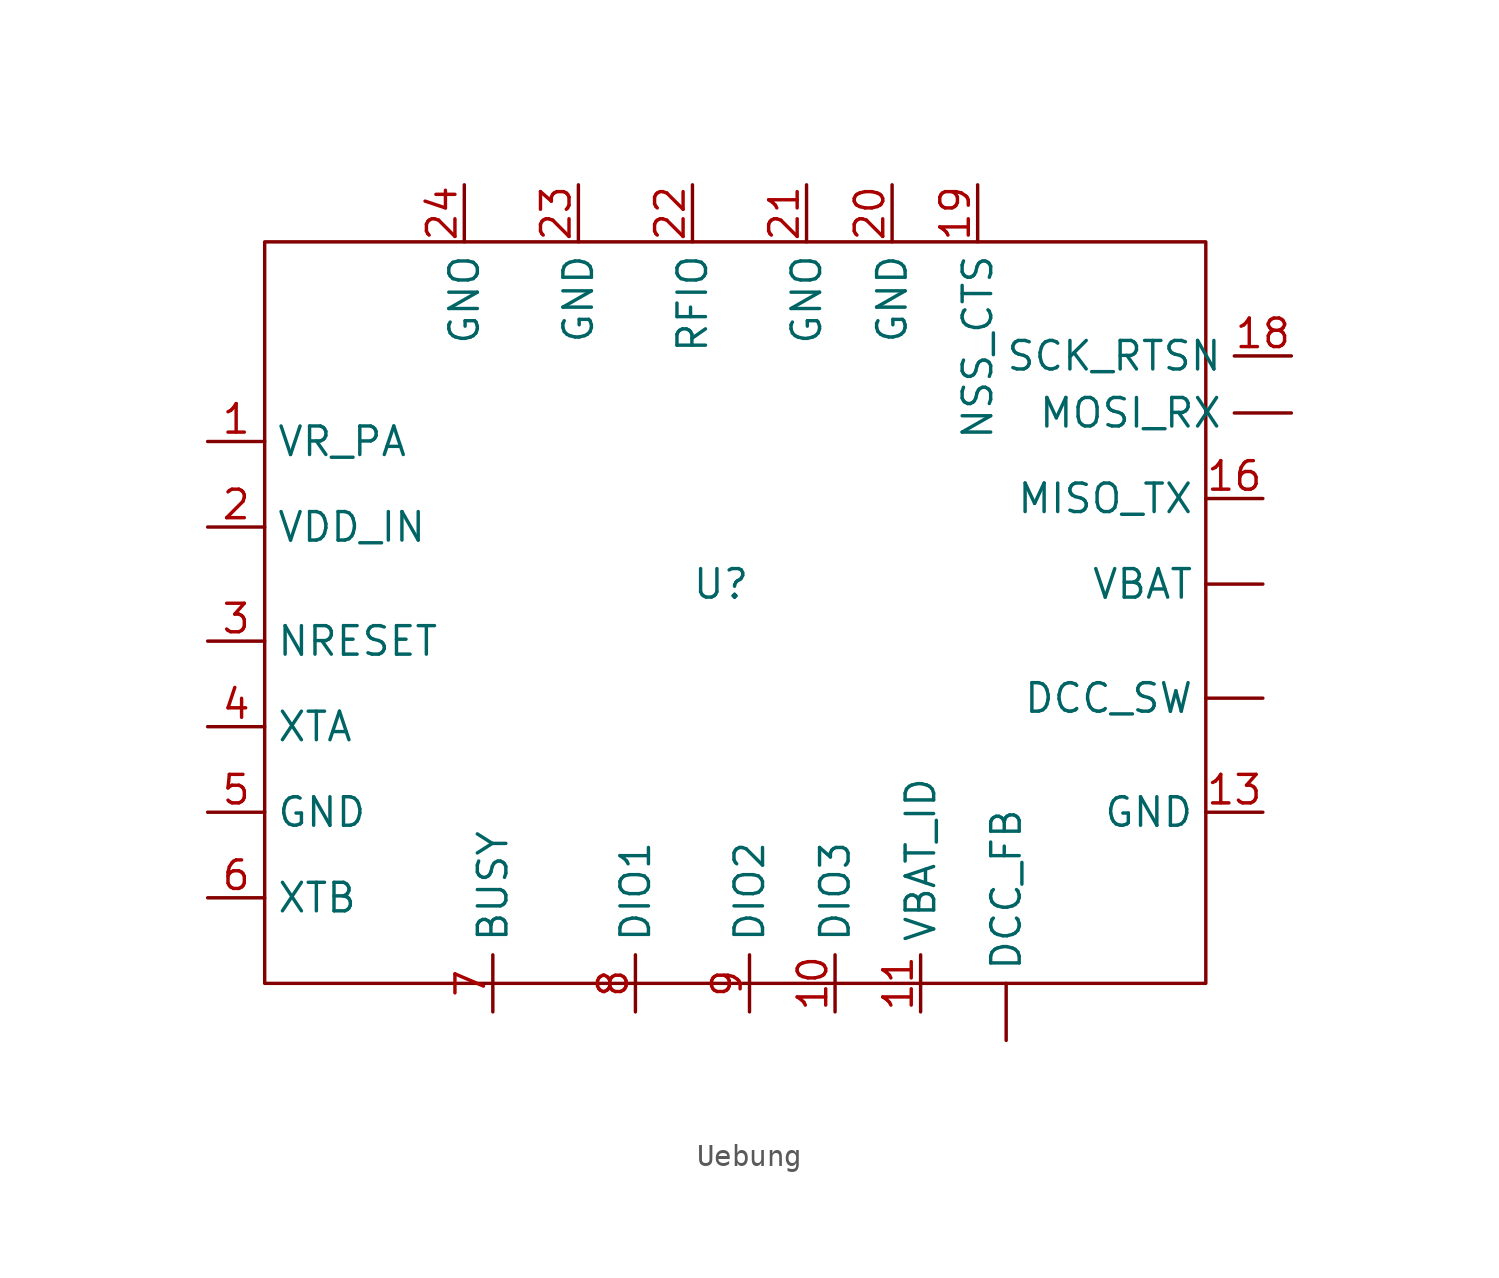
<source format=kicad_sym>
(kicad_symbol_lib
  (version 20241209)
  (generator "kicad_symbol_editor")
  (generator_version "9.0")
  (symbol "Uebung"
    (property "Reference" "U"
      (at 0 0 0)
      (effects (font (size 1.27 1.27))))
    (property "Value" ""
      (at 0 0 0)
      (effects (font (size 1.27 1.27))))
    (symbol "Uebung_0_1"
      (rectangle (start -20.32 15.24) (end 21.59 -17.78) (stroke (width 0) (type default)) (fill (type none))))
    (symbol "Uebung_1_1"
      (pin input line (at -22.86 6.35 0) (length 2.54) (name "VR_PA" (effects (font (size 1.27 1.27)))) (number "1" (effects (font (size 1.27 1.27)))))
      (pin input line (at -22.86 2.54 0) (length 2.54) (name "VDD_IN" (effects (font (size 1.27 1.27)))) (number "2" (effects (font (size 1.27 1.27)))))
      (pin input line (at -22.86 -2.54 0) (length 2.54) (name "NRESET" (effects (font (size 1.27 1.27)))) (number "3" (effects (font (size 1.27 1.27)))))
      (pin input line (at -22.86 -6.35 0) (length 2.54) (name "XTA" (effects (font (size 1.27 1.27)))) (number "4" (effects (font (size 1.27 1.27)))))
      (pin input line (at -22.86 -10.16 0) (length 2.54) (name "GND" (effects (font (size 1.27 1.27)))) (number "5" (effects (font (size 1.27 1.27)))))
      (pin input line (at -22.86 -13.97 0) (length 2.54) (name "XTB" (effects (font (size 1.27 1.27)))) (number "6" (effects (font (size 1.27 1.27)))))
      (pin power_in line (at -11.43 17.78 270) (length 2.54) (name "GNO" (effects (font (size 1.27 1.27)))) (number "24" (effects (font (size 1.27 1.27)))))
      (pin input line (at -10.16 -19.05 90) (length 2.54) (name "BUSY" (effects (font (size 1.27 1.27)))) (number "7" (effects (font (size 1.27 1.27)))))
      (pin power_in line (at -6.35 17.78 270) (length 2.54) (name "GND" (effects (font (size 1.27 1.27)))) (number "23" (effects (font (size 1.27 1.27)))))
      (pin bidirectional line (at -3.81 -19.05 90) (length 2.54) (name "DIO1" (effects (font (size 1.27 1.27)))) (number "8" (effects (font (size 1.27 1.27)))))
      (pin bidirectional line (at -1.27 17.78 270) (length 2.54) (name "RFIO" (effects (font (size 1.27 1.27)))) (number "22" (effects (font (size 1.27 1.27)))))
      (pin bidirectional line (at 1.27 -19.05 90) (length 2.54) (name "DIO2" (effects (font (size 1.27 1.27)))) (number "9" (effects (font (size 1.27 1.27)))))
      (pin power_in line (at 3.81 17.78 270) (length 2.54) (name "GNO" (effects (font (size 1.27 1.27)))) (number "21" (effects (font (size 1.27 1.27)))))
      (pin bidirectional line (at 5.08 -19.05 90) (length 2.54) (name "DIO3" (effects (font (size 1.27 1.27)))) (number "10" (effects (font (size 1.27 1.27)))))
      (pin power_in line (at 7.62 17.78 270) (length 2.54) (name "GND" (effects (font (size 1.27 1.27)))) (number "20" (effects (font (size 1.27 1.27)))))
      (pin bidirectional line (at 8.89 -19.05 90) (length 2.54) (name "VBAT_ID" (effects (font (size 1.27 1.27)))) (number "11" (effects (font (size 1.27 1.27)))))
      (pin input line (at 11.43 17.78 270) (length 2.54) (name "NSS_CTS" (effects (font (size 1.27 1.27)))) (number "19" (effects (font (size 1.27 1.27)))))
      (pin bidirectional line (at 12.7 -20.32 90) (length 2.54) (name "DCC_FB" (effects (font (size 1.27 1.27)))) (number "" (effects (font (size 1.27 1.27)))))
      (pin output line (at 24.13 3.81 180) (length 2.54) (name "MISO_TX" (effects (font (size 1.27 1.27)))) (number "16" (effects (font (size 1.27 1.27)))))
      (pin power_in line (at 24.13 0 180) (length 2.54) (name "VBAT" (effects (font (size 1.27 1.27)))) (number "" (effects (font (size 1.27 1.27)))))
      (pin bidirectional line (at 24.13 -5.08 180) (length 2.54) (name "DCC_SW" (effects (font (size 1.27 1.27)))) (number "" (effects (font (size 1.27 1.27)))))
      (pin input line (at 24.13 -10.16 180) (length 2.54) (name "GND" (effects (font (size 1.27 1.27)))) (number "13" (effects (font (size 1.27 1.27)))))
      (pin input line (at 25.4 10.16 180) (length 2.54) (name "SCK_RTSN" (effects (font (size 1.27 1.27)))) (number "18" (effects (font (size 1.27 1.27)))))
      (pin input line (at 25.4 7.62 180) (length 2.54) (name "MOSI_RX" (effects (font (size 1.27 1.27)))) (number "" (effects (font (size 1.27 1.27))))))))
</source>
